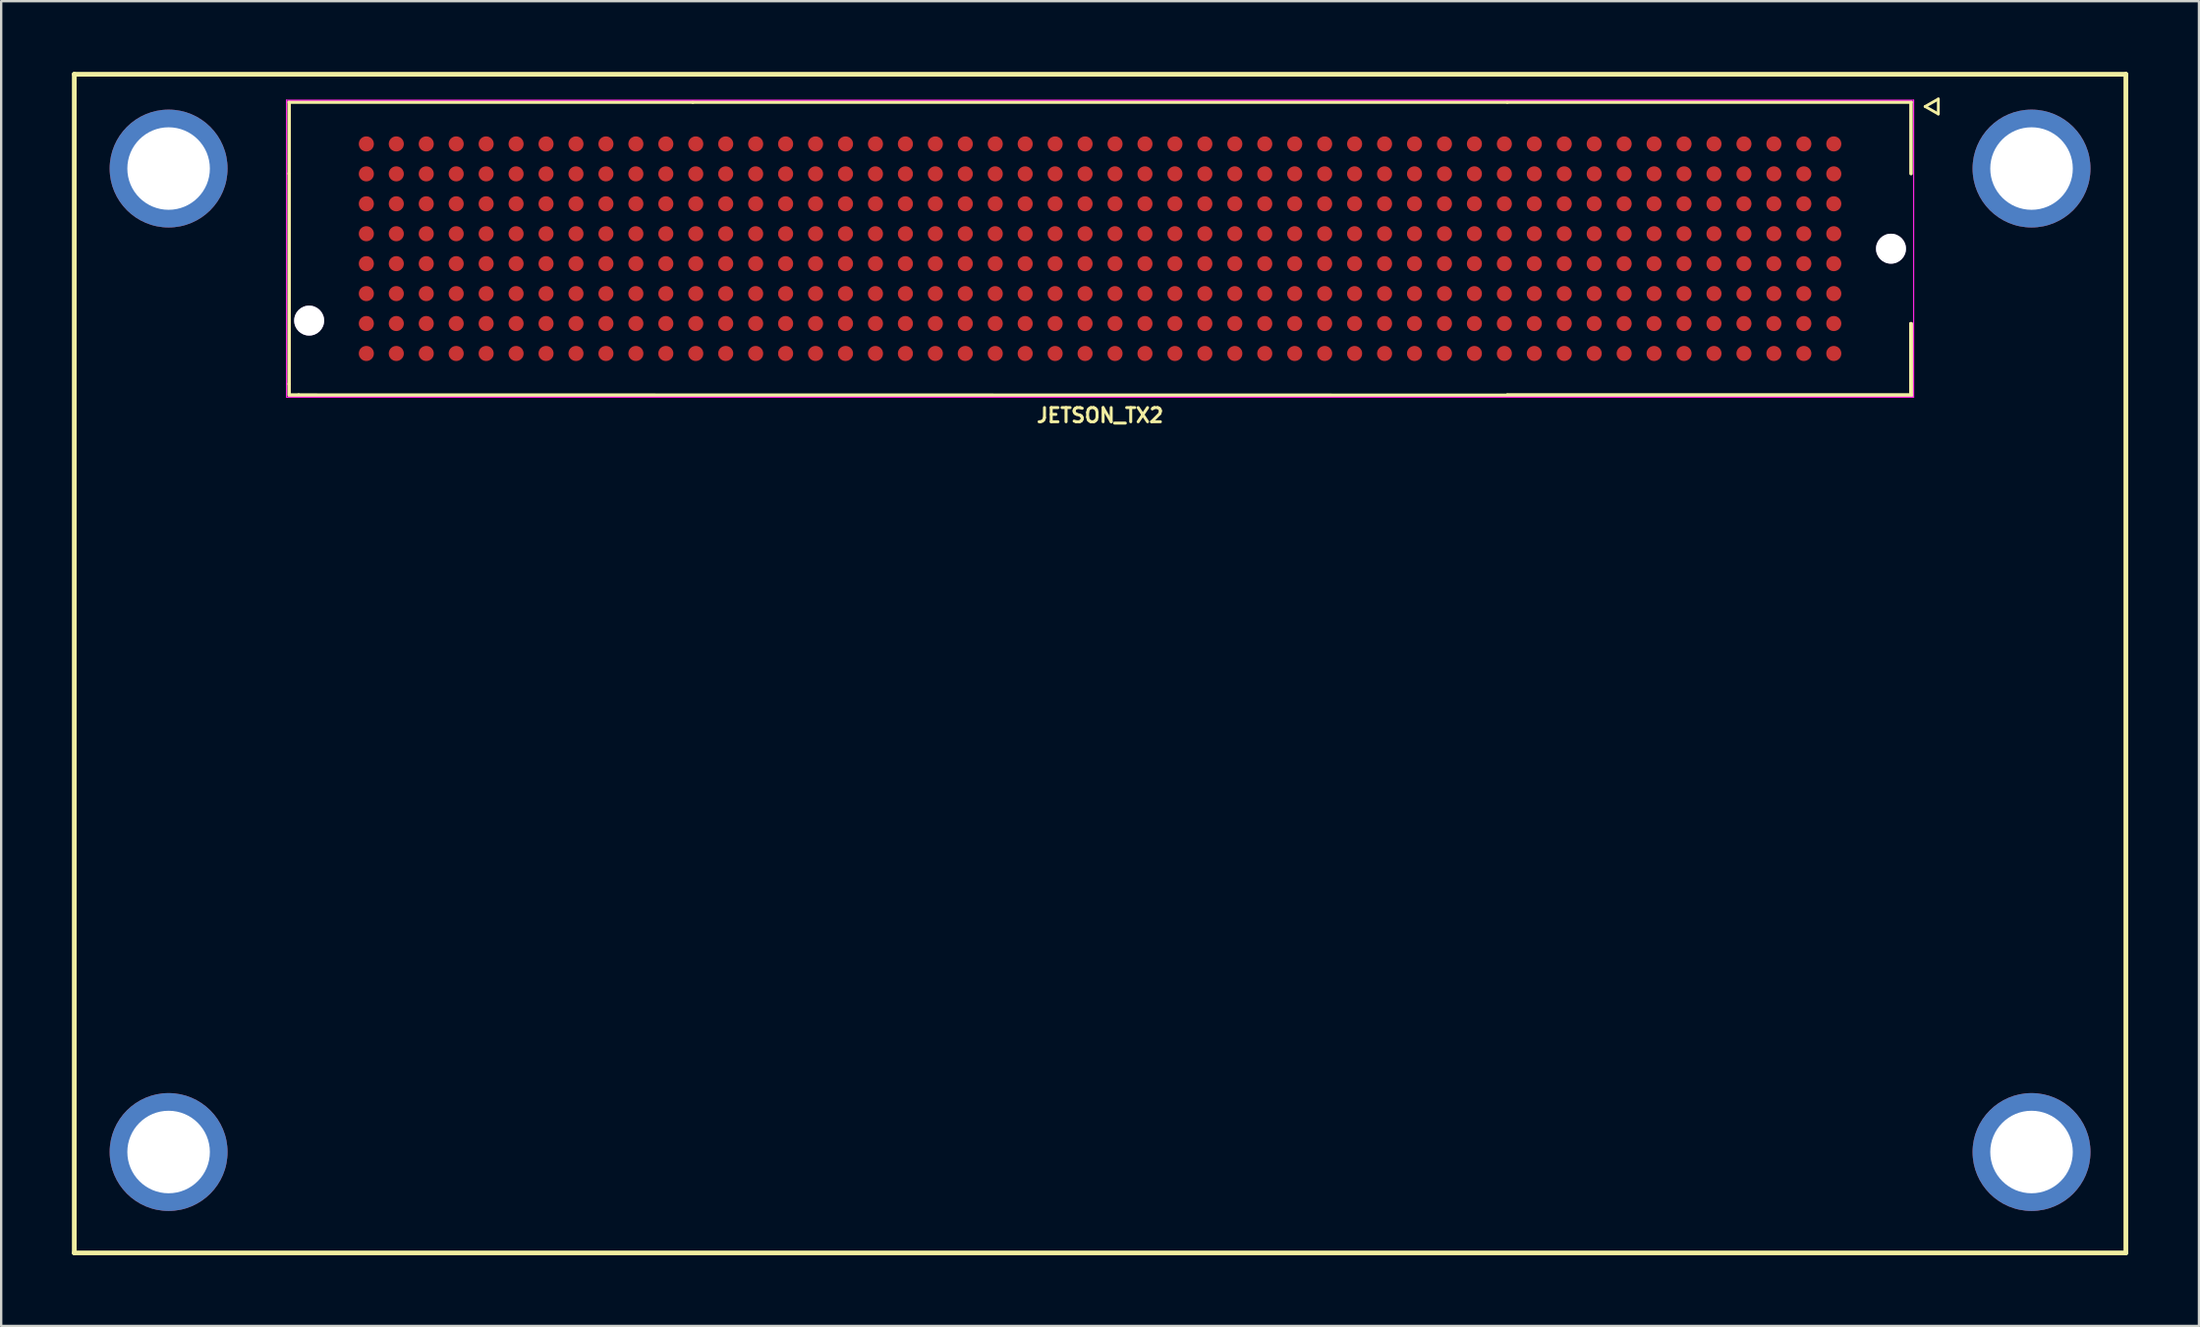
<source format=kicad_pcb>
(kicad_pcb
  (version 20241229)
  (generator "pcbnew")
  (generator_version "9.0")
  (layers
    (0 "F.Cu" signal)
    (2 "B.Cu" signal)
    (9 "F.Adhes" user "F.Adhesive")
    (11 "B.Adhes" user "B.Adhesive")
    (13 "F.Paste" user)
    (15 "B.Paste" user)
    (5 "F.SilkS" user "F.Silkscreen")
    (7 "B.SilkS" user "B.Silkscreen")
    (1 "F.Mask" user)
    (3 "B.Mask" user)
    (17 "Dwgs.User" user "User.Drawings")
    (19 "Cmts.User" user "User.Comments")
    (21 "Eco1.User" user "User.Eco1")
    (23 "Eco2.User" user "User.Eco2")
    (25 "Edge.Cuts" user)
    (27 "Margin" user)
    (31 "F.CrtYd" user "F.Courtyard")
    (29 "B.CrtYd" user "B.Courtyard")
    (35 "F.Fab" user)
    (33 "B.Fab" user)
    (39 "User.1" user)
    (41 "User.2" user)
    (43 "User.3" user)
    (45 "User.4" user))
  (footprint "JETSON_TX2"
    (layer "F.Cu")
    (at 43.6 7.5)
    (property "Reference" "JETSON_TX2" (at 0 7.07 0) (layer "F.SilkS") (effects (font (size 0.6 0.6) (thickness 0.127))))
    (attr smd)
    (fp_line (start -43.5 -7.4) (end -43.5 42.6) (stroke (width 0.2) (type solid)) (layer "F.SilkS"))
    (fp_line (start -43.5 42.6) (end 43.5 42.6) (stroke (width 0.2) (type solid)) (layer "F.SilkS"))
    (fp_line (start -34.392 5.74) (end -34.392 6.21) (stroke (width 0.15) (type solid)) (layer "F.SilkS"))
    (fp_line (start -34.392 6.21) (end -34.328 6.21) (stroke (width 0.12) (type solid)) (layer "F.SilkS"))
    (fp_line (start -34.39 -6.22) (end -34.39 -3.185) (stroke (width 0.15) (type solid)) (layer "F.SilkS"))
    (fp_line (start -34.39 -3.185) (end -34.392 5.74) (stroke (width 0.15) (type solid)) (layer "F.SilkS"))
    (fp_line (start -33.985 6.21) (end -34.341 6.21) (stroke (width 0.15) (type solid)) (layer "F.SilkS"))
    (fp_line (start -17.27 -6.22) (end -34.39 -6.22) (stroke (width 0.15) (type solid)) (layer "F.SilkS"))
    (fp_line (start 17.27 -6.22) (end -17.27 -6.22) (stroke (width 0.15) (type solid)) (layer "F.SilkS"))
    (fp_line (start 17.27 -6.22) (end 34.39 -6.22) (stroke (width 0.15) (type solid)) (layer "F.SilkS"))
    (fp_line (start 17.27 6.22) (end -33.985 6.21) (stroke (width 0.15) (type solid)) (layer "F.SilkS"))
    (fp_line (start 17.27 6.22) (end 34.39 6.22) (stroke (width 0.15) (type solid)) (layer "F.SilkS"))
    (fp_line (start 17.27 6.22) (end 34.39 6.22) (stroke (width 0.15) (type solid)) (layer "F.SilkS"))
    (fp_line (start 17.27 6.22) (end 34.39 6.22) (stroke (width 0.15) (type solid)) (layer "F.SilkS"))
    (fp_line (start 34.39 -6.22) (end 34.39 -3.185) (stroke (width 0.15) (type solid)) (layer "F.SilkS"))
    (fp_line (start 34.39 6.22) (end 34.39 3.185) (stroke (width 0.15) (type solid)) (layer "F.SilkS"))
    (fp_line (start 34.39 6.22) (end 34.39 3.185) (stroke (width 0.15) (type solid)) (layer "F.SilkS"))
    (fp_line (start 34.39 6.22) (end 34.39 3.185) (stroke (width 0.15) (type solid)) (layer "F.SilkS"))
    (fp_line (start 34.989 -6.032) (end 35.547 -6.35) (stroke (width 0.12) (type solid)) (layer "F.SilkS"))
    (fp_line (start 35.547 -6.35) (end 35.547 -5.715) (stroke (width 0.12) (type solid)) (layer "F.SilkS"))
    (fp_line (start 35.547 -5.715) (end 34.989 -6.032) (stroke (width 0.12) (type solid)) (layer "F.SilkS"))
    (fp_line (start 43.5 -7.4) (end -43.5 -7.4) (stroke (width 0.2) (type solid)) (layer "F.SilkS"))
    (fp_line (start 43.5 -7.4) (end 43.5 42.6) (stroke (width 0.2) (type solid)) (layer "F.SilkS"))
    (fp_line (start -34.5 -6.3) (end -34.5 6.3) (stroke (width 0.05) (type solid)) (layer "F.CrtYd"))
    (fp_line (start -34.5 6.3) (end 34.5 6.3) (stroke (width 0.05) (type solid)) (layer "F.CrtYd"))
    (fp_line (start 34.5 -6.3) (end -34.5 -6.3) (stroke (width 0.05) (type solid)) (layer "F.CrtYd"))
    (fp_line (start 34.5 6.3) (end 34.5 -6.3) (stroke (width 0.05) (type solid)) (layer "F.CrtYd"))
    (pad "A1" smd circle (at 31.115 -4.445 180) (size 0.64 0.64) (layers "F.Cu" "F.Mask" "F.Paste"))
    (pad "A2" smd circle (at 29.845 -4.445 180) (size 0.64 0.64) (layers "F.Cu" "F.Mask" "F.Paste"))
    (pad "A3" smd circle (at 28.575 -4.445 180) (size 0.64 0.64) (layers "F.Cu" "F.Mask" "F.Paste"))
    (pad "A4" smd circle (at 27.305 -4.445 180) (size 0.64 0.64) (layers "F.Cu" "F.Mask" "F.Paste"))
    (pad "A5" smd circle (at 26.035 -4.445 180) (size 0.64 0.64) (layers "F.Cu" "F.Mask" "F.Paste"))
    (pad "A6" smd circle (at 24.765 -4.445 180) (size 0.64 0.64) (layers "F.Cu" "F.Mask" "F.Paste"))
    (pad "A7" smd circle (at 23.495 -4.445 180) (size 0.64 0.64) (layers "F.Cu" "F.Mask" "F.Paste"))
    (pad "A8" smd circle (at 22.225 -4.445 180) (size 0.64 0.64) (layers "F.Cu" "F.Mask" "F.Paste"))
    (pad "A9" smd circle (at 20.955 -4.445 180) (size 0.64 0.64) (layers "F.Cu" "F.Mask" "F.Paste"))
    (pad "A10" smd circle (at 19.685 -4.445 180) (size 0.64 0.64) (layers "F.Cu" "F.Mask" "F.Paste"))
    (pad "A11" smd circle (at 18.415 -4.445 180) (size 0.64 0.64) (layers "F.Cu" "F.Mask" "F.Paste"))
    (pad "A12" smd circle (at 17.145 -4.445 180) (size 0.64 0.64) (layers "F.Cu" "F.Mask" "F.Paste"))
    (pad "A13" smd circle (at 15.875 -4.445 180) (size 0.64 0.64) (layers "F.Cu" "F.Mask" "F.Paste"))
    (pad "A14" smd circle (at 14.605 -4.445 180) (size 0.64 0.64) (layers "F.Cu" "F.Mask" "F.Paste"))
    (pad "A15" smd circle (at 13.335 -4.445 180) (size 0.64 0.64) (layers "F.Cu" "F.Mask" "F.Paste"))
    (pad "A16" smd circle (at 12.065 -4.445 180) (size 0.64 0.64) (layers "F.Cu" "F.Mask" "F.Paste"))
    (pad "A17" smd circle (at 10.795 -4.445 180) (size 0.64 0.64) (layers "F.Cu" "F.Mask" "F.Paste"))
    (pad "A18" smd circle (at 9.525 -4.445 180) (size 0.64 0.64) (layers "F.Cu" "F.Mask" "F.Paste"))
    (pad "A19" smd circle (at 8.255 -4.445 180) (size 0.64 0.64) (layers "F.Cu" "F.Mask" "F.Paste"))
    (pad "A20" smd circle (at 6.985 -4.445 180) (size 0.64 0.64) (layers "F.Cu" "F.Mask" "F.Paste"))
    (pad "A21" smd circle (at 5.715 -4.445 180) (size 0.64 0.64) (layers "F.Cu" "F.Mask" "F.Paste"))
    (pad "A22" smd circle (at 4.445 -4.445 180) (size 0.64 0.64) (layers "F.Cu" "F.Mask" "F.Paste"))
    (pad "A23" smd circle (at 3.175 -4.445 180) (size 0.64 0.64) (layers "F.Cu" "F.Mask" "F.Paste"))
    (pad "A24" smd circle (at 1.905 -4.445 180) (size 0.64 0.64) (layers "F.Cu" "F.Mask" "F.Paste"))
    (pad "A25" smd circle (at 0.635 -4.445 180) (size 0.64 0.64) (layers "F.Cu" "F.Mask" "F.Paste"))
    (pad "A26" smd circle (at -0.635 -4.445 180) (size 0.64 0.64) (layers "F.Cu" "F.Mask" "F.Paste"))
    (pad "A27" smd circle (at -1.905 -4.445 180) (size 0.64 0.64) (layers "F.Cu" "F.Mask" "F.Paste"))
    (pad "A28" smd circle (at -3.175 -4.445 180) (size 0.64 0.64) (layers "F.Cu" "F.Mask" "F.Paste"))
    (pad "A29" smd circle (at -4.445 -4.445 180) (size 0.64 0.64) (layers "F.Cu" "F.Mask" "F.Paste"))
    (pad "A30" smd circle (at -5.715 -4.445 180) (size 0.64 0.64) (layers "F.Cu" "F.Mask" "F.Paste"))
    (pad "A31" smd circle (at -6.985 -4.445 180) (size 0.64 0.64) (layers "F.Cu" "F.Mask" "F.Paste"))
    (pad "A32" smd circle (at -8.255 -4.445 180) (size 0.64 0.64) (layers "F.Cu" "F.Mask" "F.Paste"))
    (pad "A33" smd circle (at -9.525 -4.445 180) (size 0.64 0.64) (layers "F.Cu" "F.Mask" "F.Paste"))
    (pad "A34" smd circle (at -10.795 -4.445 180) (size 0.64 0.64) (layers "F.Cu" "F.Mask" "F.Paste"))
    (pad "A35" smd circle (at -12.065 -4.445 180) (size 0.64 0.64) (layers "F.Cu" "F.Mask" "F.Paste"))
    (pad "A36" smd circle (at -13.335 -4.445 180) (size 0.64 0.64) (layers "F.Cu" "F.Mask" "F.Paste"))
    (pad "A37" smd circle (at -14.605 -4.445 180) (size 0.64 0.64) (layers "F.Cu" "F.Mask" "F.Paste"))
    (pad "A38" smd circle (at -15.875 -4.445 180) (size 0.64 0.64) (layers "F.Cu" "F.Mask" "F.Paste"))
    (pad "A39" smd circle (at -17.145 -4.445 180) (size 0.64 0.64) (layers "F.Cu" "F.Mask" "F.Paste"))
    (pad "A40" smd circle (at -18.415 -4.445 180) (size 0.64 0.64) (layers "F.Cu" "F.Mask" "F.Paste"))
    (pad "A41" smd circle (at -19.685 -4.445 180) (size 0.64 0.64) (layers "F.Cu" "F.Mask" "F.Paste"))
    (pad "A42" smd circle (at -20.955 -4.445 180) (size 0.64 0.64) (layers "F.Cu" "F.Mask" "F.Paste"))
    (pad "A43" smd circle (at -22.225 -4.445 180) (size 0.64 0.64) (layers "F.Cu" "F.Mask" "F.Paste"))
    (pad "A44" smd circle (at -23.495 -4.445 180) (size 0.64 0.64) (layers "F.Cu" "F.Mask" "F.Paste"))
    (pad "A45" smd circle (at -24.765 -4.445 180) (size 0.64 0.64) (layers "F.Cu" "F.Mask" "F.Paste"))
    (pad "A46" smd circle (at -26.035 -4.445 180) (size 0.64 0.64) (layers "F.Cu" "F.Mask" "F.Paste"))
    (pad "A47" smd circle (at -27.305 -4.445 180) (size 0.64 0.64) (layers "F.Cu" "F.Mask" "F.Paste"))
    (pad "A48" smd circle (at -28.575 -4.445 180) (size 0.64 0.64) (layers "F.Cu" "F.Mask" "F.Paste"))
    (pad "A49" smd circle (at -29.845 -4.445 180) (size 0.64 0.64) (layers "F.Cu" "F.Mask" "F.Paste"))
    (pad "A50" smd circle (at -31.115 -4.445 180) (size 0.64 0.64) (layers "F.Cu" "F.Mask" "F.Paste"))
    (pad "B1" smd circle (at 31.115 -3.175 180) (size 0.64 0.64) (layers "F.Cu" "F.Mask" "F.Paste"))
    (pad "B2" smd circle (at 29.845 -3.175 180) (size 0.64 0.64) (layers "F.Cu" "F.Mask" "F.Paste"))
    (pad "B3" smd circle (at 28.575 -3.175 180) (size 0.64 0.64) (layers "F.Cu" "F.Mask" "F.Paste"))
    (pad "B4" smd circle (at 27.305 -3.175 180) (size 0.64 0.64) (layers "F.Cu" "F.Mask" "F.Paste"))
    (pad "B5" smd circle (at 26.035 -3.175 180) (size 0.64 0.64) (layers "F.Cu" "F.Mask" "F.Paste"))
    (pad "B6" smd circle (at 24.765 -3.175 180) (size 0.64 0.64) (layers "F.Cu" "F.Mask" "F.Paste"))
    (pad "B7" smd circle (at 23.495 -3.175 180) (size 0.64 0.64) (layers "F.Cu" "F.Mask" "F.Paste"))
    (pad "B8" smd circle (at 22.225 -3.175 180) (size 0.64 0.64) (layers "F.Cu" "F.Mask" "F.Paste"))
    (pad "B9" smd circle (at 20.955 -3.175 180) (size 0.64 0.64) (layers "F.Cu" "F.Mask" "F.Paste"))
    (pad "B10" smd circle (at 19.685 -3.175 180) (size 0.64 0.64) (layers "F.Cu" "F.Mask" "F.Paste"))
    (pad "B11" smd circle (at 18.415 -3.175 180) (size 0.64 0.64) (layers "F.Cu" "F.Mask" "F.Paste"))
    (pad "B12" smd circle (at 17.145 -3.175 180) (size 0.64 0.64) (layers "F.Cu" "F.Mask" "F.Paste"))
    (pad "B13" smd circle (at 15.875 -3.175 180) (size 0.64 0.64) (layers "F.Cu" "F.Mask" "F.Paste"))
    (pad "B14" smd circle (at 14.605 -3.175 180) (size 0.64 0.64) (layers "F.Cu" "F.Mask" "F.Paste"))
    (pad "B15" smd circle (at 13.335 -3.175 180) (size 0.64 0.64) (layers "F.Cu" "F.Mask" "F.Paste"))
    (pad "B16" smd circle (at 12.065 -3.175 180) (size 0.64 0.64) (layers "F.Cu" "F.Mask" "F.Paste"))
    (pad "B17" smd circle (at 10.795 -3.175 180) (size 0.64 0.64) (layers "F.Cu" "F.Mask" "F.Paste"))
    (pad "B18" smd circle (at 9.525 -3.175 180) (size 0.64 0.64) (layers "F.Cu" "F.Mask" "F.Paste"))
    (pad "B19" smd circle (at 8.255 -3.175 180) (size 0.64 0.64) (layers "F.Cu" "F.Mask" "F.Paste"))
    (pad "B20" smd circle (at 6.985 -3.175 180) (size 0.64 0.64) (layers "F.Cu" "F.Mask" "F.Paste"))
    (pad "B21" smd circle (at 5.715 -3.175 180) (size 0.64 0.64) (layers "F.Cu" "F.Mask" "F.Paste"))
    (pad "B22" smd circle (at 4.445 -3.175 180) (size 0.64 0.64) (layers "F.Cu" "F.Mask" "F.Paste"))
    (pad "B23" smd circle (at 3.175 -3.175 180) (size 0.64 0.64) (layers "F.Cu" "F.Mask" "F.Paste"))
    (pad "B24" smd circle (at 1.905 -3.175 180) (size 0.64 0.64) (layers "F.Cu" "F.Mask" "F.Paste"))
    (pad "B25" smd circle (at 0.635 -3.175 180) (size 0.64 0.64) (layers "F.Cu" "F.Mask" "F.Paste"))
    (pad "B26" smd circle (at -0.635 -3.175 180) (size 0.64 0.64) (layers "F.Cu" "F.Mask" "F.Paste"))
    (pad "B27" smd circle (at -1.905 -3.175 180) (size 0.64 0.64) (layers "F.Cu" "F.Mask" "F.Paste"))
    (pad "B28" smd circle (at -3.175 -3.175 180) (size 0.64 0.64) (layers "F.Cu" "F.Mask" "F.Paste"))
    (pad "B29" smd circle (at -4.445 -3.175 180) (size 0.64 0.64) (layers "F.Cu" "F.Mask" "F.Paste"))
    (pad "B30" smd circle (at -5.715 -3.175 180) (size 0.64 0.64) (layers "F.Cu" "F.Mask" "F.Paste"))
    (pad "B31" smd circle (at -6.985 -3.175 180) (size 0.64 0.64) (layers "F.Cu" "F.Mask" "F.Paste"))
    (pad "B32" smd circle (at -8.255 -3.175 180) (size 0.64 0.64) (layers "F.Cu" "F.Mask" "F.Paste"))
    (pad "B33" smd circle (at -9.525 -3.175 180) (size 0.64 0.64) (layers "F.Cu" "F.Mask" "F.Paste"))
    (pad "B34" smd circle (at -10.795 -3.175 180) (size 0.64 0.64) (layers "F.Cu" "F.Mask" "F.Paste"))
    (pad "B35" smd circle (at -12.065 -3.175 180) (size 0.64 0.64) (layers "F.Cu" "F.Mask" "F.Paste"))
    (pad "B36" smd circle (at -13.335 -3.175 180) (size 0.64 0.64) (layers "F.Cu" "F.Mask" "F.Paste"))
    (pad "B37" smd circle (at -14.605 -3.175 180) (size 0.64 0.64) (layers "F.Cu" "F.Mask" "F.Paste"))
    (pad "B38" smd circle (at -15.875 -3.175 180) (size 0.64 0.64) (layers "F.Cu" "F.Mask" "F.Paste"))
    (pad "B39" smd circle (at -17.145 -3.175 180) (size 0.64 0.64) (layers "F.Cu" "F.Mask" "F.Paste"))
    (pad "B40" smd circle (at -18.415 -3.175 180) (size 0.64 0.64) (layers "F.Cu" "F.Mask" "F.Paste"))
    (pad "B41" smd circle (at -19.685 -3.175 180) (size 0.64 0.64) (layers "F.Cu" "F.Mask" "F.Paste"))
    (pad "B42" smd circle (at -20.955 -3.175 180) (size 0.64 0.64) (layers "F.Cu" "F.Mask" "F.Paste"))
    (pad "B43" smd circle (at -22.225 -3.175 180) (size 0.64 0.64) (layers "F.Cu" "F.Mask" "F.Paste"))
    (pad "B44" smd circle (at -23.495 -3.175 180) (size 0.64 0.64) (layers "F.Cu" "F.Mask" "F.Paste"))
    (pad "B45" smd circle (at -24.765 -3.175 180) (size 0.64 0.64) (layers "F.Cu" "F.Mask" "F.Paste"))
    (pad "B46" smd circle (at -26.035 -3.175 180) (size 0.64 0.64) (layers "F.Cu" "F.Mask" "F.Paste"))
    (pad "B47" smd circle (at -27.305 -3.175 180) (size 0.64 0.64) (layers "F.Cu" "F.Mask" "F.Paste"))
    (pad "B48" smd circle (at -28.575 -3.175 180) (size 0.64 0.64) (layers "F.Cu" "F.Mask" "F.Paste"))
    (pad "B49" smd circle (at -29.845 -3.175 180) (size 0.64 0.64) (layers "F.Cu" "F.Mask" "F.Paste"))
    (pad "B50" smd circle (at -31.115 -3.175 180) (size 0.64 0.64) (layers "F.Cu" "F.Mask" "F.Paste"))
    (pad "C1" smd circle (at 31.115 -1.905 180) (size 0.64 0.64) (layers "F.Cu" "F.Mask" "F.Paste"))
    (pad "C2" smd circle (at 29.845 -1.905 180) (size 0.64 0.64) (layers "F.Cu" "F.Mask" "F.Paste"))
    (pad "C3" smd circle (at 28.575 -1.905 180) (size 0.64 0.64) (layers "F.Cu" "F.Mask" "F.Paste"))
    (pad "C4" smd circle (at 27.305 -1.905 180) (size 0.64 0.64) (layers "F.Cu" "F.Mask" "F.Paste"))
    (pad "C5" smd circle (at 26.035 -1.905 180) (size 0.64 0.64) (layers "F.Cu" "F.Mask" "F.Paste"))
    (pad "C6" smd circle (at 24.765 -1.905 180) (size 0.64 0.64) (layers "F.Cu" "F.Mask" "F.Paste"))
    (pad "C7" smd circle (at 23.495 -1.905 180) (size 0.64 0.64) (layers "F.Cu" "F.Mask" "F.Paste"))
    (pad "C8" smd circle (at 22.225 -1.905 180) (size 0.64 0.64) (layers "F.Cu" "F.Mask" "F.Paste"))
    (pad "C9" smd circle (at 20.955 -1.905 180) (size 0.64 0.64) (layers "F.Cu" "F.Mask" "F.Paste"))
    (pad "C10" smd circle (at 19.685 -1.905 180) (size 0.64 0.64) (layers "F.Cu" "F.Mask" "F.Paste"))
    (pad "C11" smd circle (at 18.415 -1.905 180) (size 0.64 0.64) (layers "F.Cu" "F.Mask" "F.Paste"))
    (pad "C12" smd circle (at 17.145 -1.905 180) (size 0.64 0.64) (layers "F.Cu" "F.Mask" "F.Paste"))
    (pad "C13" smd circle (at 15.875 -1.905 180) (size 0.64 0.64) (layers "F.Cu" "F.Mask" "F.Paste"))
    (pad "C14" smd circle (at 14.605 -1.905 180) (size 0.64 0.64) (layers "F.Cu" "F.Mask" "F.Paste"))
    (pad "C15" smd circle (at 13.335 -1.905 180) (size 0.64 0.64) (layers "F.Cu" "F.Mask" "F.Paste"))
    (pad "C16" smd circle (at 12.065 -1.905 180) (size 0.64 0.64) (layers "F.Cu" "F.Mask" "F.Paste"))
    (pad "C17" smd circle (at 10.795 -1.905 180) (size 0.64 0.64) (layers "F.Cu" "F.Mask" "F.Paste"))
    (pad "C18" smd circle (at 9.525 -1.905 180) (size 0.64 0.64) (layers "F.Cu" "F.Mask" "F.Paste"))
    (pad "C19" smd circle (at 8.255 -1.905 180) (size 0.64 0.64) (layers "F.Cu" "F.Mask" "F.Paste"))
    (pad "C20" smd circle (at 6.985 -1.905 180) (size 0.64 0.64) (layers "F.Cu" "F.Mask" "F.Paste"))
    (pad "C21" smd circle (at 5.715 -1.905 180) (size 0.64 0.64) (layers "F.Cu" "F.Mask" "F.Paste"))
    (pad "C22" smd circle (at 4.445 -1.905 180) (size 0.64 0.64) (layers "F.Cu" "F.Mask" "F.Paste"))
    (pad "C23" smd circle (at 3.175 -1.905 180) (size 0.64 0.64) (layers "F.Cu" "F.Mask" "F.Paste"))
    (pad "C24" smd circle (at 1.905 -1.905 180) (size 0.64 0.64) (layers "F.Cu" "F.Mask" "F.Paste"))
    (pad "C25" smd circle (at 0.635 -1.905 180) (size 0.64 0.64) (layers "F.Cu" "F.Mask" "F.Paste"))
    (pad "C26" smd circle (at -0.635 -1.905 180) (size 0.64 0.64) (layers "F.Cu" "F.Mask" "F.Paste"))
    (pad "C27" smd circle (at -1.905 -1.905 180) (size 0.64 0.64) (layers "F.Cu" "F.Mask" "F.Paste"))
    (pad "C28" smd circle (at -3.175 -1.905 180) (size 0.64 0.64) (layers "F.Cu" "F.Mask" "F.Paste"))
    (pad "C29" smd circle (at -4.445 -1.905 180) (size 0.64 0.64) (layers "F.Cu" "F.Mask" "F.Paste"))
    (pad "C30" smd circle (at -5.715 -1.905 180) (size 0.64 0.64) (layers "F.Cu" "F.Mask" "F.Paste"))
    (pad "C31" smd circle (at -6.985 -1.905 180) (size 0.64 0.64) (layers "F.Cu" "F.Mask" "F.Paste"))
    (pad "C32" smd circle (at -8.255 -1.905 180) (size 0.64 0.64) (layers "F.Cu" "F.Mask" "F.Paste"))
    (pad "C33" smd circle (at -9.525 -1.905 180) (size 0.64 0.64) (layers "F.Cu" "F.Mask" "F.Paste"))
    (pad "C34" smd circle (at -10.795 -1.905 180) (size 0.64 0.64) (layers "F.Cu" "F.Mask" "F.Paste"))
    (pad "C35" smd circle (at -12.065 -1.905 180) (size 0.64 0.64) (layers "F.Cu" "F.Mask" "F.Paste"))
    (pad "C36" smd circle (at -13.335 -1.905 180) (size 0.64 0.64) (layers "F.Cu" "F.Mask" "F.Paste"))
    (pad "C37" smd circle (at -14.605 -1.905 180) (size 0.64 0.64) (layers "F.Cu" "F.Mask" "F.Paste"))
    (pad "C38" smd circle (at -15.875 -1.905 180) (size 0.64 0.64) (layers "F.Cu" "F.Mask" "F.Paste"))
    (pad "C39" smd circle (at -17.145 -1.905 180) (size 0.64 0.64) (layers "F.Cu" "F.Mask" "F.Paste"))
    (pad "C40" smd circle (at -18.415 -1.905 180) (size 0.64 0.64) (layers "F.Cu" "F.Mask" "F.Paste"))
    (pad "C41" smd circle (at -19.685 -1.905 180) (size 0.64 0.64) (layers "F.Cu" "F.Mask" "F.Paste"))
    (pad "C42" smd circle (at -20.955 -1.905 180) (size 0.64 0.64) (layers "F.Cu" "F.Mask" "F.Paste"))
    (pad "C43" smd circle (at -22.225 -1.905 180) (size 0.64 0.64) (layers "F.Cu" "F.Mask" "F.Paste"))
    (pad "C44" smd circle (at -23.495 -1.905 180) (size 0.64 0.64) (layers "F.Cu" "F.Mask" "F.Paste"))
    (pad "C45" smd circle (at -24.765 -1.905 180) (size 0.64 0.64) (layers "F.Cu" "F.Mask" "F.Paste"))
    (pad "C46" smd circle (at -26.035 -1.905 180) (size 0.64 0.64) (layers "F.Cu" "F.Mask" "F.Paste"))
    (pad "C47" smd circle (at -27.305 -1.905 180) (size 0.64 0.64) (layers "F.Cu" "F.Mask" "F.Paste"))
    (pad "C48" smd circle (at -28.575 -1.905 180) (size 0.64 0.64) (layers "F.Cu" "F.Mask" "F.Paste"))
    (pad "C49" smd circle (at -29.845 -1.905 180) (size 0.64 0.64) (layers "F.Cu" "F.Mask" "F.Paste"))
    (pad "C50" smd circle (at -31.115 -1.905 180) (size 0.64 0.64) (layers "F.Cu" "F.Mask" "F.Paste"))
    (pad "D1" smd circle (at 31.115 -0.635 180) (size 0.64 0.64) (layers "F.Cu" "F.Mask" "F.Paste"))
    (pad "D2" smd circle (at 29.845 -0.635 180) (size 0.64 0.64) (layers "F.Cu" "F.Mask" "F.Paste"))
    (pad "D3" smd circle (at 28.575 -0.635 180) (size 0.64 0.64) (layers "F.Cu" "F.Mask" "F.Paste"))
    (pad "D4" smd circle (at 27.305 -0.635 180) (size 0.64 0.64) (layers "F.Cu" "F.Mask" "F.Paste"))
    (pad "D5" smd circle (at 26.035 -0.635 180) (size 0.64 0.64) (layers "F.Cu" "F.Mask" "F.Paste"))
    (pad "D6" smd circle (at 24.765 -0.635 180) (size 0.64 0.64) (layers "F.Cu" "F.Mask" "F.Paste"))
    (pad "D7" smd circle (at 23.495 -0.635 180) (size 0.64 0.64) (layers "F.Cu" "F.Mask" "F.Paste"))
    (pad "D8" smd circle (at 22.225 -0.635 180) (size 0.64 0.64) (layers "F.Cu" "F.Mask" "F.Paste"))
    (pad "D9" smd circle (at 20.955 -0.635 180) (size 0.64 0.64) (layers "F.Cu" "F.Mask" "F.Paste"))
    (pad "D10" smd circle (at 19.685 -0.635 180) (size 0.64 0.64) (layers "F.Cu" "F.Mask" "F.Paste"))
    (pad "D11" smd circle (at 18.415 -0.635 180) (size 0.64 0.64) (layers "F.Cu" "F.Mask" "F.Paste"))
    (pad "D12" smd circle (at 17.145 -0.635 180) (size 0.64 0.64) (layers "F.Cu" "F.Mask" "F.Paste"))
    (pad "D13" smd circle (at 15.875 -0.635 180) (size 0.64 0.64) (layers "F.Cu" "F.Mask" "F.Paste"))
    (pad "D14" smd circle (at 14.605 -0.635 180) (size 0.64 0.64) (layers "F.Cu" "F.Mask" "F.Paste"))
    (pad "D15" smd circle (at 13.335 -0.635 180) (size 0.64 0.64) (layers "F.Cu" "F.Mask" "F.Paste"))
    (pad "D16" smd circle (at 12.065 -0.635 180) (size 0.64 0.64) (layers "F.Cu" "F.Mask" "F.Paste"))
    (pad "D17" smd circle (at 10.795 -0.635 180) (size 0.64 0.64) (layers "F.Cu" "F.Mask" "F.Paste"))
    (pad "D18" smd circle (at 9.525 -0.635 180) (size 0.64 0.64) (layers "F.Cu" "F.Mask" "F.Paste"))
    (pad "D19" smd circle (at 8.255 -0.635 180) (size 0.64 0.64) (layers "F.Cu" "F.Mask" "F.Paste"))
    (pad "D20" smd circle (at 6.985 -0.635 180) (size 0.64 0.64) (layers "F.Cu" "F.Mask" "F.Paste"))
    (pad "D21" smd circle (at 5.715 -0.635 180) (size 0.64 0.64) (layers "F.Cu" "F.Mask" "F.Paste"))
    (pad "D22" smd circle (at 4.445 -0.635 180) (size 0.64 0.64) (layers "F.Cu" "F.Mask" "F.Paste"))
    (pad "D23" smd circle (at 3.175 -0.635 180) (size 0.64 0.64) (layers "F.Cu" "F.Mask" "F.Paste"))
    (pad "D24" smd circle (at 1.905 -0.635 180) (size 0.64 0.64) (layers "F.Cu" "F.Mask" "F.Paste"))
    (pad "D25" smd circle (at 0.635 -0.635 180) (size 0.64 0.64) (layers "F.Cu" "F.Mask" "F.Paste"))
    (pad "D26" smd circle (at -0.635 -0.635 180) (size 0.64 0.64) (layers "F.Cu" "F.Mask" "F.Paste"))
    (pad "D27" smd circle (at -1.905 -0.635 180) (size 0.64 0.64) (layers "F.Cu" "F.Mask" "F.Paste"))
    (pad "D28" smd circle (at -3.175 -0.635 180) (size 0.64 0.64) (layers "F.Cu" "F.Mask" "F.Paste"))
    (pad "D29" smd circle (at -4.445 -0.635 180) (size 0.64 0.64) (layers "F.Cu" "F.Mask" "F.Paste"))
    (pad "D30" smd circle (at -5.715 -0.635 180) (size 0.64 0.64) (layers "F.Cu" "F.Mask" "F.Paste"))
    (pad "D31" smd circle (at -6.985 -0.635 180) (size 0.64 0.64) (layers "F.Cu" "F.Mask" "F.Paste"))
    (pad "D32" smd circle (at -8.255 -0.635 180) (size 0.64 0.64) (layers "F.Cu" "F.Mask" "F.Paste"))
    (pad "D33" smd circle (at -9.525 -0.635 180) (size 0.64 0.64) (layers "F.Cu" "F.Mask" "F.Paste"))
    (pad "D34" smd circle (at -10.795 -0.635 180) (size 0.64 0.64) (layers "F.Cu" "F.Mask" "F.Paste"))
    (pad "D35" smd circle (at -12.065 -0.635 180) (size 0.64 0.64) (layers "F.Cu" "F.Mask" "F.Paste"))
    (pad "D36" smd circle (at -13.335 -0.635 180) (size 0.64 0.64) (layers "F.Cu" "F.Mask" "F.Paste"))
    (pad "D37" smd circle (at -14.605 -0.635 180) (size 0.64 0.64) (layers "F.Cu" "F.Mask" "F.Paste"))
    (pad "D38" smd circle (at -15.875 -0.635 180) (size 0.64 0.64) (layers "F.Cu" "F.Mask" "F.Paste"))
    (pad "D39" smd circle (at -17.145 -0.635 180) (size 0.64 0.64) (layers "F.Cu" "F.Mask" "F.Paste"))
    (pad "D40" smd circle (at -18.415 -0.635 180) (size 0.64 0.64) (layers "F.Cu" "F.Mask" "F.Paste"))
    (pad "D41" smd circle (at -19.685 -0.635 180) (size 0.64 0.64) (layers "F.Cu" "F.Mask" "F.Paste"))
    (pad "D42" smd circle (at -20.955 -0.635 180) (size 0.64 0.64) (layers "F.Cu" "F.Mask" "F.Paste"))
    (pad "D43" smd circle (at -22.225 -0.635 180) (size 0.64 0.64) (layers "F.Cu" "F.Mask" "F.Paste"))
    (pad "D44" smd circle (at -23.495 -0.635 180) (size 0.64 0.64) (layers "F.Cu" "F.Mask" "F.Paste"))
    (pad "D45" smd circle (at -24.765 -0.635 180) (size 0.64 0.64) (layers "F.Cu" "F.Mask" "F.Paste"))
    (pad "D46" smd circle (at -26.035 -0.635 180) (size 0.64 0.64) (layers "F.Cu" "F.Mask" "F.Paste"))
    (pad "D47" smd circle (at -27.305 -0.635 180) (size 0.64 0.64) (layers "F.Cu" "F.Mask" "F.Paste"))
    (pad "D48" smd circle (at -28.575 -0.635 180) (size 0.64 0.64) (layers "F.Cu" "F.Mask" "F.Paste"))
    (pad "D49" smd circle (at -29.845 -0.635 180) (size 0.64 0.64) (layers "F.Cu" "F.Mask" "F.Paste"))
    (pad "D50" smd circle (at -31.115 -0.635 180) (size 0.64 0.64) (layers "F.Cu" "F.Mask" "F.Paste"))
    (pad "E1" smd circle (at 31.115 0.635 180) (size 0.64 0.64) (layers "F.Cu" "F.Mask" "F.Paste"))
    (pad "E2" smd circle (at 29.845 0.635 180) (size 0.64 0.64) (layers "F.Cu" "F.Mask" "F.Paste"))
    (pad "E3" smd circle (at 28.575 0.635 180) (size 0.64 0.64) (layers "F.Cu" "F.Mask" "F.Paste"))
    (pad "E4" smd circle (at 27.305 0.635 180) (size 0.64 0.64) (layers "F.Cu" "F.Mask" "F.Paste"))
    (pad "E5" smd circle (at 26.035 0.635 180) (size 0.64 0.64) (layers "F.Cu" "F.Mask" "F.Paste"))
    (pad "E6" smd circle (at 24.765 0.635 180) (size 0.64 0.64) (layers "F.Cu" "F.Mask" "F.Paste"))
    (pad "E7" smd circle (at 23.495 0.635 180) (size 0.64 0.64) (layers "F.Cu" "F.Mask" "F.Paste"))
    (pad "E8" smd circle (at 22.225 0.635 180) (size 0.64 0.64) (layers "F.Cu" "F.Mask" "F.Paste"))
    (pad "E9" smd circle (at 20.955 0.635 180) (size 0.64 0.64) (layers "F.Cu" "F.Mask" "F.Paste"))
    (pad "E10" smd circle (at 19.685 0.635 180) (size 0.64 0.64) (layers "F.Cu" "F.Mask" "F.Paste"))
    (pad "E11" smd circle (at 18.415 0.635 180) (size 0.64 0.64) (layers "F.Cu" "F.Mask" "F.Paste"))
    (pad "E12" smd circle (at 17.145 0.635 180) (size 0.64 0.64) (layers "F.Cu" "F.Mask" "F.Paste"))
    (pad "E13" smd circle (at 15.875 0.635 180) (size 0.64 0.64) (layers "F.Cu" "F.Mask" "F.Paste"))
    (pad "E14" smd circle (at 14.605 0.635 180) (size 0.64 0.64) (layers "F.Cu" "F.Mask" "F.Paste"))
    (pad "E15" smd circle (at 13.335 0.635 180) (size 0.64 0.64) (layers "F.Cu" "F.Mask" "F.Paste"))
    (pad "E16" smd circle (at 12.065 0.635 180) (size 0.64 0.64) (layers "F.Cu" "F.Mask" "F.Paste"))
    (pad "E17" smd circle (at 10.795 0.635 180) (size 0.64 0.64) (layers "F.Cu" "F.Mask" "F.Paste"))
    (pad "E18" smd circle (at 9.525 0.635 180) (size 0.64 0.64) (layers "F.Cu" "F.Mask" "F.Paste"))
    (pad "E19" smd circle (at 8.255 0.635 180) (size 0.64 0.64) (layers "F.Cu" "F.Mask" "F.Paste"))
    (pad "E20" smd circle (at 6.985 0.635 180) (size 0.64 0.64) (layers "F.Cu" "F.Mask" "F.Paste"))
    (pad "E21" smd circle (at 5.715 0.635 180) (size 0.64 0.64) (layers "F.Cu" "F.Mask" "F.Paste"))
    (pad "E22" smd circle (at 4.445 0.635 180) (size 0.64 0.64) (layers "F.Cu" "F.Mask" "F.Paste"))
    (pad "E23" smd circle (at 3.175 0.635 180) (size 0.64 0.64) (layers "F.Cu" "F.Mask" "F.Paste"))
    (pad "E24" smd circle (at 1.905 0.635 180) (size 0.64 0.64) (layers "F.Cu" "F.Mask" "F.Paste"))
    (pad "E25" smd circle (at 0.635 0.635 180) (size 0.64 0.64) (layers "F.Cu" "F.Mask" "F.Paste"))
    (pad "E26" smd circle (at -0.635 0.635 180) (size 0.64 0.64) (layers "F.Cu" "F.Mask" "F.Paste"))
    (pad "E27" smd circle (at -1.905 0.635 180) (size 0.64 0.64) (layers "F.Cu" "F.Mask" "F.Paste"))
    (pad "E28" smd circle (at -3.175 0.635 180) (size 0.64 0.64) (layers "F.Cu" "F.Mask" "F.Paste"))
    (pad "E29" smd circle (at -4.445 0.635 180) (size 0.64 0.64) (layers "F.Cu" "F.Mask" "F.Paste"))
    (pad "E30" smd circle (at -5.715 0.635 180) (size 0.64 0.64) (layers "F.Cu" "F.Mask" "F.Paste"))
    (pad "E31" smd circle (at -6.985 0.635 180) (size 0.64 0.64) (layers "F.Cu" "F.Mask" "F.Paste"))
    (pad "E32" smd circle (at -8.255 0.635 180) (size 0.64 0.64) (layers "F.Cu" "F.Mask" "F.Paste"))
    (pad "E33" smd circle (at -9.525 0.635 180) (size 0.64 0.64) (layers "F.Cu" "F.Mask" "F.Paste"))
    (pad "E34" smd circle (at -10.795 0.635 180) (size 0.64 0.64) (layers "F.Cu" "F.Mask" "F.Paste"))
    (pad "E35" smd circle (at -12.065 0.635 180) (size 0.64 0.64) (layers "F.Cu" "F.Mask" "F.Paste"))
    (pad "E36" smd circle (at -13.335 0.635 180) (size 0.64 0.64) (layers "F.Cu" "F.Mask" "F.Paste"))
    (pad "E37" smd circle (at -14.605 0.635 180) (size 0.64 0.64) (layers "F.Cu" "F.Mask" "F.Paste"))
    (pad "E38" smd circle (at -15.875 0.635 180) (size 0.64 0.64) (layers "F.Cu" "F.Mask" "F.Paste"))
    (pad "E39" smd circle (at -17.145 0.635 180) (size 0.64 0.64) (layers "F.Cu" "F.Mask" "F.Paste"))
    (pad "E40" smd circle (at -18.415 0.635 180) (size 0.64 0.64) (layers "F.Cu" "F.Mask" "F.Paste"))
    (pad "E41" smd circle (at -19.685 0.635 180) (size 0.64 0.64) (layers "F.Cu" "F.Mask" "F.Paste"))
    (pad "E42" smd circle (at -20.955 0.635 180) (size 0.64 0.64) (layers "F.Cu" "F.Mask" "F.Paste"))
    (pad "E43" smd circle (at -22.225 0.635 180) (size 0.64 0.64) (layers "F.Cu" "F.Mask" "F.Paste"))
    (pad "E44" smd circle (at -23.495 0.635 180) (size 0.64 0.64) (layers "F.Cu" "F.Mask" "F.Paste"))
    (pad "E45" smd circle (at -24.765 0.635 180) (size 0.64 0.64) (layers "F.Cu" "F.Mask" "F.Paste"))
    (pad "E46" smd circle (at -26.035 0.635 180) (size 0.64 0.64) (layers "F.Cu" "F.Mask" "F.Paste"))
    (pad "E47" smd circle (at -27.305 0.635 180) (size 0.64 0.64) (layers "F.Cu" "F.Mask" "F.Paste"))
    (pad "E48" smd circle (at -28.575 0.635 180) (size 0.64 0.64) (layers "F.Cu" "F.Mask" "F.Paste"))
    (pad "E49" smd circle (at -29.845 0.635 180) (size 0.64 0.64) (layers "F.Cu" "F.Mask" "F.Paste"))
    (pad "E50" smd circle (at -31.115 0.635 180) (size 0.64 0.64) (layers "F.Cu" "F.Mask" "F.Paste"))
    (pad "F1" smd circle (at 31.115 1.905 180) (size 0.64 0.64) (layers "F.Cu" "F.Mask" "F.Paste"))
    (pad "F2" smd circle (at 29.845 1.905 180) (size 0.64 0.64) (layers "F.Cu" "F.Mask" "F.Paste"))
    (pad "F3" smd circle (at 28.575 1.905 180) (size 0.64 0.64) (layers "F.Cu" "F.Mask" "F.Paste"))
    (pad "F4" smd circle (at 27.305 1.905 180) (size 0.64 0.64) (layers "F.Cu" "F.Mask" "F.Paste"))
    (pad "F5" smd circle (at 26.035 1.905 180) (size 0.64 0.64) (layers "F.Cu" "F.Mask" "F.Paste"))
    (pad "F6" smd circle (at 24.765 1.905 180) (size 0.64 0.64) (layers "F.Cu" "F.Mask" "F.Paste"))
    (pad "F7" smd circle (at 23.495 1.905 180) (size 0.64 0.64) (layers "F.Cu" "F.Mask" "F.Paste"))
    (pad "F8" smd circle (at 22.225 1.905 180) (size 0.64 0.64) (layers "F.Cu" "F.Mask" "F.Paste"))
    (pad "F9" smd circle (at 20.955 1.905 180) (size 0.64 0.64) (layers "F.Cu" "F.Mask" "F.Paste"))
    (pad "F10" smd circle (at 19.685 1.905 180) (size 0.64 0.64) (layers "F.Cu" "F.Mask" "F.Paste"))
    (pad "F11" smd circle (at 18.415 1.905 180) (size 0.64 0.64) (layers "F.Cu" "F.Mask" "F.Paste"))
    (pad "F12" smd circle (at 17.145 1.905 180) (size 0.64 0.64) (layers "F.Cu" "F.Mask" "F.Paste"))
    (pad "F13" smd circle (at 15.875 1.905 180) (size 0.64 0.64) (layers "F.Cu" "F.Mask" "F.Paste"))
    (pad "F14" smd circle (at 14.605 1.905 180) (size 0.64 0.64) (layers "F.Cu" "F.Mask" "F.Paste"))
    (pad "F15" smd circle (at 13.335 1.905 180) (size 0.64 0.64) (layers "F.Cu" "F.Mask" "F.Paste"))
    (pad "F16" smd circle (at 12.065 1.905 180) (size 0.64 0.64) (layers "F.Cu" "F.Mask" "F.Paste"))
    (pad "F17" smd circle (at 10.795 1.905 180) (size 0.64 0.64) (layers "F.Cu" "F.Mask" "F.Paste"))
    (pad "F18" smd circle (at 9.525 1.905 180) (size 0.64 0.64) (layers "F.Cu" "F.Mask" "F.Paste"))
    (pad "F19" smd circle (at 8.255 1.905 180) (size 0.64 0.64) (layers "F.Cu" "F.Mask" "F.Paste"))
    (pad "F20" smd circle (at 6.985 1.905 180) (size 0.64 0.64) (layers "F.Cu" "F.Mask" "F.Paste"))
    (pad "F21" smd circle (at 5.715 1.905 180) (size 0.64 0.64) (layers "F.Cu" "F.Mask" "F.Paste"))
    (pad "F22" smd circle (at 4.445 1.905 180) (size 0.64 0.64) (layers "F.Cu" "F.Mask" "F.Paste"))
    (pad "F23" smd circle (at 3.175 1.905 180) (size 0.64 0.64) (layers "F.Cu" "F.Mask" "F.Paste"))
    (pad "F24" smd circle (at 1.905 1.905 180) (size 0.64 0.64) (layers "F.Cu" "F.Mask" "F.Paste"))
    (pad "F25" smd circle (at 0.635 1.905 180) (size 0.64 0.64) (layers "F.Cu" "F.Mask" "F.Paste"))
    (pad "F26" smd circle (at -0.635 1.905 180) (size 0.64 0.64) (layers "F.Cu" "F.Mask" "F.Paste"))
    (pad "F27" smd circle (at -1.905 1.905 180) (size 0.64 0.64) (layers "F.Cu" "F.Mask" "F.Paste"))
    (pad "F28" smd circle (at -3.175 1.905 180) (size 0.64 0.64) (layers "F.Cu" "F.Mask" "F.Paste"))
    (pad "F29" smd circle (at -4.445 1.905 180) (size 0.64 0.64) (layers "F.Cu" "F.Mask" "F.Paste"))
    (pad "F30" smd circle (at -5.715 1.905 180) (size 0.64 0.64) (layers "F.Cu" "F.Mask" "F.Paste"))
    (pad "F31" smd circle (at -6.985 1.905 180) (size 0.64 0.64) (layers "F.Cu" "F.Mask" "F.Paste"))
    (pad "F32" smd circle (at -8.255 1.905 180) (size 0.64 0.64) (layers "F.Cu" "F.Mask" "F.Paste"))
    (pad "F33" smd circle (at -9.525 1.905 180) (size 0.64 0.64) (layers "F.Cu" "F.Mask" "F.Paste"))
    (pad "F34" smd circle (at -10.795 1.905 180) (size 0.64 0.64) (layers "F.Cu" "F.Mask" "F.Paste"))
    (pad "F35" smd circle (at -12.065 1.905 180) (size 0.64 0.64) (layers "F.Cu" "F.Mask" "F.Paste"))
    (pad "F36" smd circle (at -13.335 1.905 180) (size 0.64 0.64) (layers "F.Cu" "F.Mask" "F.Paste"))
    (pad "F37" smd circle (at -14.605 1.905 180) (size 0.64 0.64) (layers "F.Cu" "F.Mask" "F.Paste"))
    (pad "F38" smd circle (at -15.875 1.905 180) (size 0.64 0.64) (layers "F.Cu" "F.Mask" "F.Paste"))
    (pad "F39" smd circle (at -17.145 1.905 180) (size 0.64 0.64) (layers "F.Cu" "F.Mask" "F.Paste"))
    (pad "F40" smd circle (at -18.415 1.905 180) (size 0.64 0.64) (layers "F.Cu" "F.Mask" "F.Paste"))
    (pad "F41" smd circle (at -19.685 1.905 180) (size 0.64 0.64) (layers "F.Cu" "F.Mask" "F.Paste"))
    (pad "F42" smd circle (at -20.955 1.905 180) (size 0.64 0.64) (layers "F.Cu" "F.Mask" "F.Paste"))
    (pad "F43" smd circle (at -22.225 1.905 180) (size 0.64 0.64) (layers "F.Cu" "F.Mask" "F.Paste"))
    (pad "F44" smd circle (at -23.495 1.905 180) (size 0.64 0.64) (layers "F.Cu" "F.Mask" "F.Paste"))
    (pad "F45" smd circle (at -24.765 1.905 180) (size 0.64 0.64) (layers "F.Cu" "F.Mask" "F.Paste"))
    (pad "F46" smd circle (at -26.035 1.905 180) (size 0.64 0.64) (layers "F.Cu" "F.Mask" "F.Paste"))
    (pad "F47" smd circle (at -27.305 1.905 180) (size 0.64 0.64) (layers "F.Cu" "F.Mask" "F.Paste"))
    (pad "F48" smd circle (at -28.575 1.905 180) (size 0.64 0.64) (layers "F.Cu" "F.Mask" "F.Paste"))
    (pad "F49" smd circle (at -29.845 1.905 180) (size 0.64 0.64) (layers "F.Cu" "F.Mask" "F.Paste"))
    (pad "F50" smd circle (at -31.115 1.905 180) (size 0.64 0.64) (layers "F.Cu" "F.Mask" "F.Paste"))
    (pad "G1" smd circle (at 31.115 3.175 180) (size 0.64 0.64) (layers "F.Cu" "F.Mask" "F.Paste"))
    (pad "G2" smd circle (at 29.845 3.175 180) (size 0.64 0.64) (layers "F.Cu" "F.Mask" "F.Paste"))
    (pad "G3" smd circle (at 28.575 3.175 180) (size 0.64 0.64) (layers "F.Cu" "F.Mask" "F.Paste"))
    (pad "G4" smd circle (at 27.305 3.175 180) (size 0.64 0.64) (layers "F.Cu" "F.Mask" "F.Paste"))
    (pad "G5" smd circle (at 26.035 3.175 180) (size 0.64 0.64) (layers "F.Cu" "F.Mask" "F.Paste"))
    (pad "G6" smd circle (at 24.765 3.175 180) (size 0.64 0.64) (layers "F.Cu" "F.Mask" "F.Paste"))
    (pad "G7" smd circle (at 23.495 3.175 180) (size 0.64 0.64) (layers "F.Cu" "F.Mask" "F.Paste"))
    (pad "G8" smd circle (at 22.225 3.175 180) (size 0.64 0.64) (layers "F.Cu" "F.Mask" "F.Paste"))
    (pad "G9" smd circle (at 20.955 3.175 180) (size 0.64 0.64) (layers "F.Cu" "F.Mask" "F.Paste"))
    (pad "G10" smd circle (at 19.685 3.175 180) (size 0.64 0.64) (layers "F.Cu" "F.Mask" "F.Paste"))
    (pad "G11" smd circle (at 18.415 3.175 180) (size 0.64 0.64) (layers "F.Cu" "F.Mask" "F.Paste"))
    (pad "G12" smd circle (at 17.145 3.175 180) (size 0.64 0.64) (layers "F.Cu" "F.Mask" "F.Paste"))
    (pad "G13" smd circle (at 15.875 3.175 180) (size 0.64 0.64) (layers "F.Cu" "F.Mask" "F.Paste"))
    (pad "G14" smd circle (at 14.605 3.175 180) (size 0.64 0.64) (layers "F.Cu" "F.Mask" "F.Paste"))
    (pad "G15" smd circle (at 13.335 3.175 180) (size 0.64 0.64) (layers "F.Cu" "F.Mask" "F.Paste"))
    (pad "G16" smd circle (at 12.065 3.175 180) (size 0.64 0.64) (layers "F.Cu" "F.Mask" "F.Paste"))
    (pad "G17" smd circle (at 10.795 3.175 180) (size 0.64 0.64) (layers "F.Cu" "F.Mask" "F.Paste"))
    (pad "G18" smd circle (at 9.525 3.175 180) (size 0.64 0.64) (layers "F.Cu" "F.Mask" "F.Paste"))
    (pad "G19" smd circle (at 8.255 3.175 180) (size 0.64 0.64) (layers "F.Cu" "F.Mask" "F.Paste"))
    (pad "G20" smd circle (at 6.985 3.175 180) (size 0.64 0.64) (layers "F.Cu" "F.Mask" "F.Paste"))
    (pad "G21" smd circle (at 5.715 3.175 180) (size 0.64 0.64) (layers "F.Cu" "F.Mask" "F.Paste"))
    (pad "G22" smd circle (at 4.445 3.175 180) (size 0.64 0.64) (layers "F.Cu" "F.Mask" "F.Paste"))
    (pad "G23" smd circle (at 3.175 3.175 180) (size 0.64 0.64) (layers "F.Cu" "F.Mask" "F.Paste"))
    (pad "G24" smd circle (at 1.905 3.175 180) (size 0.64 0.64) (layers "F.Cu" "F.Mask" "F.Paste"))
    (pad "G25" smd circle (at 0.635 3.175 180) (size 0.64 0.64) (layers "F.Cu" "F.Mask" "F.Paste"))
    (pad "G26" smd circle (at -0.635 3.175 180) (size 0.64 0.64) (layers "F.Cu" "F.Mask" "F.Paste"))
    (pad "G27" smd circle (at -1.905 3.175 180) (size 0.64 0.64) (layers "F.Cu" "F.Mask" "F.Paste"))
    (pad "G28" smd circle (at -3.175 3.175 180) (size 0.64 0.64) (layers "F.Cu" "F.Mask" "F.Paste"))
    (pad "G29" smd circle (at -4.445 3.175 180) (size 0.64 0.64) (layers "F.Cu" "F.Mask" "F.Paste"))
    (pad "G30" smd circle (at -5.715 3.175 180) (size 0.64 0.64) (layers "F.Cu" "F.Mask" "F.Paste"))
    (pad "G31" smd circle (at -6.985 3.175 180) (size 0.64 0.64) (layers "F.Cu" "F.Mask" "F.Paste"))
    (pad "G32" smd circle (at -8.255 3.175 180) (size 0.64 0.64) (layers "F.Cu" "F.Mask" "F.Paste"))
    (pad "G33" smd circle (at -9.525 3.175 180) (size 0.64 0.64) (layers "F.Cu" "F.Mask" "F.Paste"))
    (pad "G34" smd circle (at -10.795 3.175 180) (size 0.64 0.64) (layers "F.Cu" "F.Mask" "F.Paste"))
    (pad "G35" smd circle (at -12.065 3.175 180) (size 0.64 0.64) (layers "F.Cu" "F.Mask" "F.Paste"))
    (pad "G36" smd circle (at -13.335 3.175 180) (size 0.64 0.64) (layers "F.Cu" "F.Mask" "F.Paste"))
    (pad "G37" smd circle (at -14.605 3.175 180) (size 0.64 0.64) (layers "F.Cu" "F.Mask" "F.Paste"))
    (pad "G38" smd circle (at -15.875 3.175 180) (size 0.64 0.64) (layers "F.Cu" "F.Mask" "F.Paste"))
    (pad "G39" smd circle (at -17.145 3.175 180) (size 0.64 0.64) (layers "F.Cu" "F.Mask" "F.Paste"))
    (pad "G40" smd circle (at -18.415 3.175 180) (size 0.64 0.64) (layers "F.Cu" "F.Mask" "F.Paste"))
    (pad "G41" smd circle (at -19.685 3.175 180) (size 0.64 0.64) (layers "F.Cu" "F.Mask" "F.Paste"))
    (pad "G42" smd circle (at -20.955 3.175 180) (size 0.64 0.64) (layers "F.Cu" "F.Mask" "F.Paste"))
    (pad "G43" smd circle (at -22.225 3.175 180) (size 0.64 0.64) (layers "F.Cu" "F.Mask" "F.Paste"))
    (pad "G44" smd circle (at -23.495 3.175 180) (size 0.64 0.64) (layers "F.Cu" "F.Mask" "F.Paste"))
    (pad "G45" smd circle (at -24.765 3.175 180) (size 0.64 0.64) (layers "F.Cu" "F.Mask" "F.Paste"))
    (pad "G46" smd circle (at -26.035 3.175 180) (size 0.64 0.64) (layers "F.Cu" "F.Mask" "F.Paste"))
    (pad "G47" smd circle (at -27.305 3.175 180) (size 0.64 0.64) (layers "F.Cu" "F.Mask" "F.Paste"))
    (pad "G48" smd circle (at -28.575 3.175 180) (size 0.64 0.64) (layers "F.Cu" "F.Mask" "F.Paste"))
    (pad "G49" smd circle (at -29.845 3.175 180) (size 0.64 0.64) (layers "F.Cu" "F.Mask" "F.Paste"))
    (pad "G50" smd circle (at -31.115 3.175 180) (size 0.64 0.64) (layers "F.Cu" "F.Mask" "F.Paste"))
    (pad "H1" smd circle (at 31.115 4.445 180) (size 0.64 0.64) (layers "F.Cu" "F.Mask" "F.Paste"))
    (pad "H2" smd circle (at 29.845 4.445 180) (size 0.64 0.64) (layers "F.Cu" "F.Mask" "F.Paste"))
    (pad "H3" smd circle (at 28.575 4.445 180) (size 0.64 0.64) (layers "F.Cu" "F.Mask" "F.Paste"))
    (pad "H4" smd circle (at 27.305 4.445 180) (size 0.64 0.64) (layers "F.Cu" "F.Mask" "F.Paste"))
    (pad "H5" smd circle (at 26.035 4.445 180) (size 0.64 0.64) (layers "F.Cu" "F.Mask" "F.Paste"))
    (pad "H6" smd circle (at 24.765 4.445 180) (size 0.64 0.64) (layers "F.Cu" "F.Mask" "F.Paste"))
    (pad "H7" smd circle (at 23.495 4.445 180) (size 0.64 0.64) (layers "F.Cu" "F.Mask" "F.Paste"))
    (pad "H8" smd circle (at 22.225 4.445 180) (size 0.64 0.64) (layers "F.Cu" "F.Mask" "F.Paste"))
    (pad "H9" smd circle (at 20.955 4.445 180) (size 0.64 0.64) (layers "F.Cu" "F.Mask" "F.Paste"))
    (pad "H10" smd circle (at 19.685 4.445 180) (size 0.64 0.64) (layers "F.Cu" "F.Mask" "F.Paste"))
    (pad "H11" smd circle (at 18.415 4.445 180) (size 0.64 0.64) (layers "F.Cu" "F.Mask" "F.Paste"))
    (pad "H12" smd circle (at 17.145 4.445 180) (size 0.64 0.64) (layers "F.Cu" "F.Mask" "F.Paste"))
    (pad "H13" smd circle (at 15.875 4.445 180) (size 0.64 0.64) (layers "F.Cu" "F.Mask" "F.Paste"))
    (pad "H14" smd circle (at 14.605 4.445 180) (size 0.64 0.64) (layers "F.Cu" "F.Mask" "F.Paste"))
    (pad "H15" smd circle (at 13.335 4.445 180) (size 0.64 0.64) (layers "F.Cu" "F.Mask" "F.Paste"))
    (pad "H16" smd circle (at 12.065 4.445 180) (size 0.64 0.64) (layers "F.Cu" "F.Mask" "F.Paste"))
    (pad "H17" smd circle (at 10.795 4.445 180) (size 0.64 0.64) (layers "F.Cu" "F.Mask" "F.Paste"))
    (pad "H18" smd circle (at 9.525 4.445 180) (size 0.64 0.64) (layers "F.Cu" "F.Mask" "F.Paste"))
    (pad "H19" smd circle (at 8.255 4.445 180) (size 0.64 0.64) (layers "F.Cu" "F.Mask" "F.Paste"))
    (pad "H20" smd circle (at 6.985 4.445 180) (size 0.64 0.64) (layers "F.Cu" "F.Mask" "F.Paste"))
    (pad "H21" smd circle (at 5.715 4.445 180) (size 0.64 0.64) (layers "F.Cu" "F.Mask" "F.Paste"))
    (pad "H22" smd circle (at 4.445 4.445 180) (size 0.64 0.64) (layers "F.Cu" "F.Mask" "F.Paste"))
    (pad "H23" smd circle (at 3.175 4.445 180) (size 0.64 0.64) (layers "F.Cu" "F.Mask" "F.Paste"))
    (pad "H24" smd circle (at 1.905 4.445 180) (size 0.64 0.64) (layers "F.Cu" "F.Mask" "F.Paste"))
    (pad "H25" smd circle (at 0.635 4.445 180) (size 0.64 0.64) (layers "F.Cu" "F.Mask" "F.Paste"))
    (pad "H26" smd circle (at -0.635 4.445 180) (size 0.64 0.64) (layers "F.Cu" "F.Mask" "F.Paste"))
    (pad "H27" smd circle (at -1.905 4.445 180) (size 0.64 0.64) (layers "F.Cu" "F.Mask" "F.Paste"))
    (pad "H28" smd circle (at -3.175 4.445 180) (size 0.64 0.64) (layers "F.Cu" "F.Mask" "F.Paste"))
    (pad "H29" smd circle (at -4.445 4.445 180) (size 0.64 0.64) (layers "F.Cu" "F.Mask" "F.Paste"))
    (pad "H30" smd circle (at -5.715 4.445 180) (size 0.64 0.64) (layers "F.Cu" "F.Mask" "F.Paste"))
    (pad "H31" smd circle (at -6.985 4.445 180) (size 0.64 0.64) (layers "F.Cu" "F.Mask" "F.Paste"))
    (pad "H32" smd circle (at -8.255 4.445 180) (size 0.64 0.64) (layers "F.Cu" "F.Mask" "F.Paste"))
    (pad "H33" smd circle (at -9.525 4.445 180) (size 0.64 0.64) (layers "F.Cu" "F.Mask" "F.Paste"))
    (pad "H34" smd circle (at -10.795 4.445 180) (size 0.64 0.64) (layers "F.Cu" "F.Mask" "F.Paste"))
    (pad "H35" smd circle (at -12.065 4.445 180) (size 0.64 0.64) (layers "F.Cu" "F.Mask" "F.Paste"))
    (pad "H36" smd circle (at -13.335 4.445 180) (size 0.64 0.64) (layers "F.Cu" "F.Mask" "F.Paste"))
    (pad "H37" smd circle (at -14.605 4.445 180) (size 0.64 0.64) (layers "F.Cu" "F.Mask" "F.Paste"))
    (pad "H38" smd circle (at -15.875 4.445 180) (size 0.64 0.64) (layers "F.Cu" "F.Mask" "F.Paste"))
    (pad "H39" smd circle (at -17.145 4.445 180) (size 0.64 0.64) (layers "F.Cu" "F.Mask" "F.Paste"))
    (pad "H40" smd circle (at -18.415 4.445 180) (size 0.64 0.64) (layers "F.Cu" "F.Mask" "F.Paste"))
    (pad "H41" smd circle (at -19.685 4.445 180) (size 0.64 0.64) (layers "F.Cu" "F.Mask" "F.Paste"))
    (pad "H42" smd circle (at -20.955 4.445 180) (size 0.64 0.64) (layers "F.Cu" "F.Mask" "F.Paste"))
    (pad "H43" smd circle (at -22.225 4.445 180) (size 0.64 0.64) (layers "F.Cu" "F.Mask" "F.Paste"))
    (pad "H44" smd circle (at -23.495 4.445 180) (size 0.64 0.64) (layers "F.Cu" "F.Mask" "F.Paste"))
    (pad "H45" smd circle (at -24.765 4.445 180) (size 0.64 0.64) (layers "F.Cu" "F.Mask" "F.Paste"))
    (pad "H46" smd circle (at -26.035 4.445 180) (size 0.64 0.64) (layers "F.Cu" "F.Mask" "F.Paste"))
    (pad "H47" smd circle (at -27.305 4.445 180) (size 0.64 0.64) (layers "F.Cu" "F.Mask" "F.Paste"))
    (pad "H48" smd circle (at -28.575 4.445 180) (size 0.64 0.64) (layers "F.Cu" "F.Mask" "F.Paste"))
    (pad "H49" smd circle (at -29.845 4.445 180) (size 0.64 0.64) (layers "F.Cu" "F.Mask" "F.Paste"))
    (pad "H50" smd circle (at -31.115 4.445 180) (size 0.64 0.64) (layers "F.Cu" "F.Mask" "F.Paste"))
    (pad "MNT" thru_hole circle (at -39.5 -3.4) (size 5 5) (drill 3.5) (layers "*.Cu" "*.Mask"))
    (pad "MNT" thru_hole circle (at -39.5 38.32) (size 5 5) (drill 3.5) (layers "*.Cu" "*.Mask"))
    (pad "MNT" thru_hole circle (at -33.54 3.05) (size 1.27 1.27) (drill 1.27) (layers "*.Cu" "*.Mask"))
    (pad "MNT" thru_hole circle (at 33.54 0) (size 1.27 1.27) (drill 1.27) (layers "*.Cu" "*.Mask"))
    (pad "MNT" thru_hole circle (at 39.5 -3.4) (size 5 5) (drill 3.5) (layers "*.Cu" "*.Mask"))
    (pad "MNT" thru_hole circle (at 39.5 38.32) (size 5 5) (drill 3.5) (layers "*.Cu" "*.Mask")))
  (gr_rect
    (start -3 -3)
    (end 90.2 53.2)
    (stroke (width 0.1) (type default))
    (fill no)
    (layer "Edge.Cuts")))
</source>
